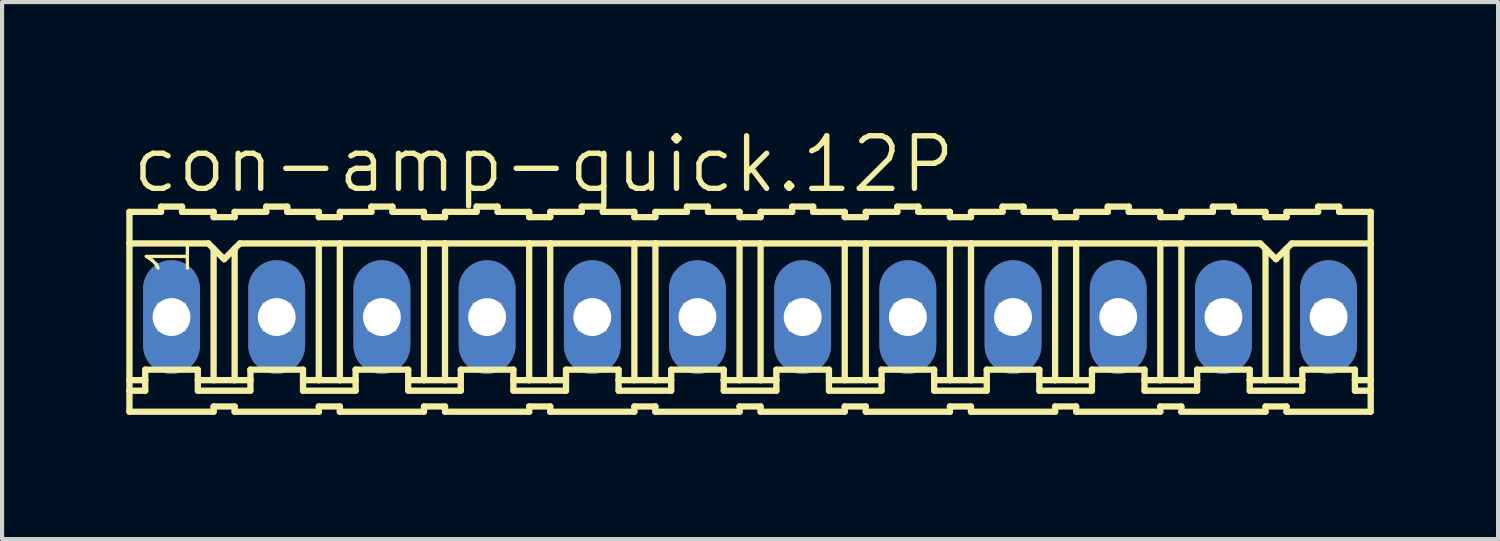
<source format=kicad_pcb>
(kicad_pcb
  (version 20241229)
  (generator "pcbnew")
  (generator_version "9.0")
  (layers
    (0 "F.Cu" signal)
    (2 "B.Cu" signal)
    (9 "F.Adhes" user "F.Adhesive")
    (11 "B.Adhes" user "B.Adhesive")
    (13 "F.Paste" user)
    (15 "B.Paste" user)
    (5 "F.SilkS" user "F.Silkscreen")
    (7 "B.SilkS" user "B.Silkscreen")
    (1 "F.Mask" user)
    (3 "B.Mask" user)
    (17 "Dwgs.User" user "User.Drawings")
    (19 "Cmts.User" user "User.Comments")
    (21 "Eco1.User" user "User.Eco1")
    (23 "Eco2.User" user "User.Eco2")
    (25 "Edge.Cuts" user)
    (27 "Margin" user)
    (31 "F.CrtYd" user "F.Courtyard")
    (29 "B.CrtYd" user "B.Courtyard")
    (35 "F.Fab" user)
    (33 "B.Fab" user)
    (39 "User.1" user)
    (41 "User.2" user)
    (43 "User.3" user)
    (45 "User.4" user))
  (footprint "con-amp-quick.12P"
    (layer "F.Cu")
    (at 15.062 4.606)
    (property "Reference" "con-amp-quick.12P" (at -14.986 -2.946 0) (layer "F.SilkS") (effects (font (size 1.27 1.27) (thickness 0.13)) (justify left bottom)))
    (attr through_hole)
    (fp_line (start -14.986 -2.54) (end -14.986 -1.778) (stroke (width 0.152) (type default)) (layer "F.SilkS"))
    (fp_line (start -14.986 -2.54) (end -14.224 -2.54) (stroke (width 0.152) (type default)) (layer "F.SilkS"))
    (fp_line (start -14.986 -1.778) (end -14.986 1.524) (stroke (width 0.152) (type default)) (layer "F.SilkS"))
    (fp_line (start -14.986 1.524) (end -14.986 1.778) (stroke (width 0.152) (type default)) (layer "F.SilkS"))
    (fp_line (start -14.986 1.778) (end -14.986 2.286) (stroke (width 0.152) (type default)) (layer "F.SilkS"))
    (fp_line (start -14.986 1.778) (end -14.605 1.778) (stroke (width 0.152) (type default)) (layer "F.SilkS"))
    (fp_line (start -14.605 1.27) (end -13.335 1.27) (stroke (width 0.152) (type default)) (layer "F.SilkS"))
    (fp_line (start -14.605 1.524) (end -14.986 1.524) (stroke (width 0.152) (type default)) (layer "F.SilkS"))
    (fp_line (start -14.605 1.524) (end -14.605 1.27) (stroke (width 0.152) (type default)) (layer "F.SilkS"))
    (fp_line (start -14.605 1.778) (end -14.605 1.524) (stroke (width 0.152) (type default)) (layer "F.SilkS"))
    (fp_line (start -14.224 -2.54) (end -14.224 -2.667) (stroke (width 0.152) (type default)) (layer "F.SilkS"))
    (fp_line (start -13.716 -2.667) (end -14.224 -2.667) (stroke (width 0.152) (type default)) (layer "F.SilkS"))
    (fp_line (start -13.716 -2.54) (end -13.716 -2.667) (stroke (width 0.152) (type default)) (layer "F.SilkS"))
    (fp_line (start -13.335 1.524) (end -13.335 1.27) (stroke (width 0.152) (type default)) (layer "F.SilkS"))
    (fp_line (start -13.335 1.524) (end -12.954 1.524) (stroke (width 0.152) (type default)) (layer "F.SilkS"))
    (fp_line (start -13.335 1.778) (end -13.335 1.524) (stroke (width 0.152) (type default)) (layer "F.SilkS"))
    (fp_line (start -13.081 -1.778) (end -14.986 -1.778) (stroke (width 0.152) (type default)) (layer "F.SilkS"))
    (fp_line (start -13.081 -1.778) (end -12.954 -1.651) (stroke (width 0.152) (type default)) (layer "F.SilkS"))
    (fp_line (start -12.954 -2.54) (end -13.716 -2.54) (stroke (width 0.152) (type default)) (layer "F.SilkS"))
    (fp_line (start -12.954 -2.413) (end -12.954 -2.54) (stroke (width 0.152) (type default)) (layer "F.SilkS"))
    (fp_line (start -12.954 -2.413) (end -12.446 -2.413) (stroke (width 0.152) (type default)) (layer "F.SilkS"))
    (fp_line (start -12.954 -1.651) (end -12.954 1.524) (stroke (width 0.152) (type default)) (layer "F.SilkS"))
    (fp_line (start -12.954 -1.651) (end -12.7 -1.397) (stroke (width 0.152) (type default)) (layer "F.SilkS"))
    (fp_line (start -12.954 1.524) (end -12.446 1.524) (stroke (width 0.152) (type default)) (layer "F.SilkS"))
    (fp_line (start -12.954 2.159) (end -12.954 2.286) (stroke (width 0.152) (type default)) (layer "F.SilkS"))
    (fp_line (start -12.954 2.286) (end -14.986 2.286) (stroke (width 0.152) (type default)) (layer "F.SilkS"))
    (fp_line (start -12.7 -1.397) (end -12.446 -1.651) (stroke (width 0.152) (type default)) (layer "F.SilkS"))
    (fp_line (start -12.446 -2.54) (end -11.684 -2.54) (stroke (width 0.152) (type default)) (layer "F.SilkS"))
    (fp_line (start -12.446 -2.413) (end -12.446 -2.54) (stroke (width 0.152) (type default)) (layer "F.SilkS"))
    (fp_line (start -12.446 -1.651) (end -12.446 1.524) (stroke (width 0.152) (type default)) (layer "F.SilkS"))
    (fp_line (start -12.446 -1.651) (end -12.319 -1.778) (stroke (width 0.152) (type default)) (layer "F.SilkS"))
    (fp_line (start -12.446 1.524) (end -12.065 1.524) (stroke (width 0.152) (type default)) (layer "F.SilkS"))
    (fp_line (start -12.446 2.159) (end -12.954 2.159) (stroke (width 0.152) (type default)) (layer "F.SilkS"))
    (fp_line (start -12.446 2.159) (end -12.446 2.286) (stroke (width 0.152) (type default)) (layer "F.SilkS"))
    (fp_line (start -12.446 2.286) (end -10.414 2.286) (stroke (width 0.152) (type default)) (layer "F.SilkS"))
    (fp_line (start -12.319 -1.778) (end -10.414 -1.778) (stroke (width 0.152) (type default)) (layer "F.SilkS"))
    (fp_line (start -12.065 1.27) (end -10.795 1.27) (stroke (width 0.152) (type default)) (layer "F.SilkS"))
    (fp_line (start -12.065 1.524) (end -12.065 1.27) (stroke (width 0.152) (type default)) (layer "F.SilkS"))
    (fp_line (start -12.065 1.778) (end -13.335 1.778) (stroke (width 0.152) (type default)) (layer "F.SilkS"))
    (fp_line (start -12.065 1.778) (end -12.065 1.524) (stroke (width 0.152) (type default)) (layer "F.SilkS"))
    (fp_line (start -11.684 -2.54) (end -11.684 -2.667) (stroke (width 0.152) (type default)) (layer "F.SilkS"))
    (fp_line (start -11.176 -2.667) (end -11.684 -2.667) (stroke (width 0.152) (type default)) (layer "F.SilkS"))
    (fp_line (start -11.176 -2.54) (end -11.176 -2.667) (stroke (width 0.152) (type default)) (layer "F.SilkS"))
    (fp_line (start -11.176 -2.54) (end -10.414 -2.54) (stroke (width 0.152) (type default)) (layer "F.SilkS"))
    (fp_line (start -10.795 1.524) (end -10.795 1.27) (stroke (width 0.152) (type default)) (layer "F.SilkS"))
    (fp_line (start -10.795 1.524) (end -10.414 1.524) (stroke (width 0.152) (type default)) (layer "F.SilkS"))
    (fp_line (start -10.795 1.778) (end -10.795 1.524) (stroke (width 0.152) (type default)) (layer "F.SilkS"))
    (fp_line (start -10.795 1.778) (end -9.525 1.778) (stroke (width 0.152) (type default)) (layer "F.SilkS"))
    (fp_line (start -10.414 -2.413) (end -10.414 -2.54) (stroke (width 0.152) (type default)) (layer "F.SilkS"))
    (fp_line (start -10.414 -1.778) (end -10.414 1.524) (stroke (width 0.152) (type default)) (layer "F.SilkS"))
    (fp_line (start -10.414 -1.778) (end -9.906 -1.778) (stroke (width 0.152) (type default)) (layer "F.SilkS"))
    (fp_line (start -10.414 1.524) (end -9.906 1.524) (stroke (width 0.152) (type default)) (layer "F.SilkS"))
    (fp_line (start -10.414 2.159) (end -10.414 2.286) (stroke (width 0.152) (type default)) (layer "F.SilkS"))
    (fp_line (start -9.906 -2.54) (end -9.144 -2.54) (stroke (width 0.152) (type default)) (layer "F.SilkS"))
    (fp_line (start -9.906 -2.413) (end -10.414 -2.413) (stroke (width 0.152) (type default)) (layer "F.SilkS"))
    (fp_line (start -9.906 -2.413) (end -9.906 -2.54) (stroke (width 0.152) (type default)) (layer "F.SilkS"))
    (fp_line (start -9.906 -1.778) (end -9.906 1.524) (stroke (width 0.152) (type default)) (layer "F.SilkS"))
    (fp_line (start -9.906 -1.778) (end -7.874 -1.778) (stroke (width 0.152) (type default)) (layer "F.SilkS"))
    (fp_line (start -9.906 1.524) (end -9.525 1.524) (stroke (width 0.152) (type default)) (layer "F.SilkS"))
    (fp_line (start -9.906 2.159) (end -10.414 2.159) (stroke (width 0.152) (type default)) (layer "F.SilkS"))
    (fp_line (start -9.906 2.159) (end -9.906 2.286) (stroke (width 0.152) (type default)) (layer "F.SilkS"))
    (fp_line (start -9.525 1.27) (end -8.255 1.27) (stroke (width 0.152) (type default)) (layer "F.SilkS"))
    (fp_line (start -9.525 1.524) (end -9.525 1.27) (stroke (width 0.152) (type default)) (layer "F.SilkS"))
    (fp_line (start -9.525 1.778) (end -9.525 1.524) (stroke (width 0.152) (type default)) (layer "F.SilkS"))
    (fp_line (start -9.144 -2.54) (end -9.144 -2.667) (stroke (width 0.152) (type default)) (layer "F.SilkS"))
    (fp_line (start -8.636 -2.667) (end -9.144 -2.667) (stroke (width 0.152) (type default)) (layer "F.SilkS"))
    (fp_line (start -8.636 -2.54) (end -8.636 -2.667) (stroke (width 0.152) (type default)) (layer "F.SilkS"))
    (fp_line (start -8.636 -2.54) (end -7.874 -2.54) (stroke (width 0.152) (type default)) (layer "F.SilkS"))
    (fp_line (start -8.255 1.524) (end -8.255 1.27) (stroke (width 0.152) (type default)) (layer "F.SilkS"))
    (fp_line (start -8.255 1.524) (end -7.874 1.524) (stroke (width 0.152) (type default)) (layer "F.SilkS"))
    (fp_line (start -8.255 1.778) (end -8.255 1.524) (stroke (width 0.152) (type default)) (layer "F.SilkS"))
    (fp_line (start -7.874 -2.54) (end -7.874 -2.413) (stroke (width 0.152) (type default)) (layer "F.SilkS"))
    (fp_line (start -7.874 -1.778) (end -7.874 1.524) (stroke (width 0.152) (type default)) (layer "F.SilkS"))
    (fp_line (start -7.874 2.159) (end -7.874 2.286) (stroke (width 0.152) (type default)) (layer "F.SilkS"))
    (fp_line (start -7.874 2.286) (end -9.906 2.286) (stroke (width 0.152) (type default)) (layer "F.SilkS"))
    (fp_line (start -7.366 -2.54) (end -7.366 -2.413) (stroke (width 0.152) (type default)) (layer "F.SilkS"))
    (fp_line (start -7.366 -2.54) (end -6.604 -2.54) (stroke (width 0.152) (type default)) (layer "F.SilkS"))
    (fp_line (start -7.366 -2.413) (end -7.874 -2.413) (stroke (width 0.152) (type default)) (layer "F.SilkS"))
    (fp_line (start -7.366 -1.778) (end -7.874 -1.778) (stroke (width 0.152) (type default)) (layer "F.SilkS"))
    (fp_line (start -7.366 -1.778) (end -7.366 1.524) (stroke (width 0.152) (type default)) (layer "F.SilkS"))
    (fp_line (start -7.366 -1.778) (end -5.334 -1.778) (stroke (width 0.152) (type default)) (layer "F.SilkS"))
    (fp_line (start -7.366 1.524) (end -7.874 1.524) (stroke (width 0.152) (type default)) (layer "F.SilkS"))
    (fp_line (start -7.366 2.159) (end -7.874 2.159) (stroke (width 0.152) (type default)) (layer "F.SilkS"))
    (fp_line (start -7.366 2.159) (end -7.366 2.286) (stroke (width 0.152) (type default)) (layer "F.SilkS"))
    (fp_line (start -6.985 1.27) (end -5.715 1.27) (stroke (width 0.152) (type default)) (layer "F.SilkS"))
    (fp_line (start -6.985 1.524) (end -7.366 1.524) (stroke (width 0.152) (type default)) (layer "F.SilkS"))
    (fp_line (start -6.985 1.524) (end -6.985 1.27) (stroke (width 0.152) (type default)) (layer "F.SilkS"))
    (fp_line (start -6.985 1.778) (end -8.255 1.778) (stroke (width 0.152) (type default)) (layer "F.SilkS"))
    (fp_line (start -6.985 1.778) (end -6.985 1.524) (stroke (width 0.152) (type default)) (layer "F.SilkS"))
    (fp_line (start -6.604 -2.54) (end -6.604 -2.667) (stroke (width 0.152) (type default)) (layer "F.SilkS"))
    (fp_line (start -6.096 -2.667) (end -6.604 -2.667) (stroke (width 0.152) (type default)) (layer "F.SilkS"))
    (fp_line (start -6.096 -2.54) (end -6.096 -2.667) (stroke (width 0.152) (type default)) (layer "F.SilkS"))
    (fp_line (start -5.715 1.524) (end -5.715 1.27) (stroke (width 0.152) (type default)) (layer "F.SilkS"))
    (fp_line (start -5.715 1.524) (end -5.334 1.524) (stroke (width 0.152) (type default)) (layer "F.SilkS"))
    (fp_line (start -5.715 1.778) (end -5.715 1.524) (stroke (width 0.152) (type default)) (layer "F.SilkS"))
    (fp_line (start -5.334 -2.54) (end -6.096 -2.54) (stroke (width 0.152) (type default)) (layer "F.SilkS"))
    (fp_line (start -5.334 -2.413) (end -5.334 -2.54) (stroke (width 0.152) (type default)) (layer "F.SilkS"))
    (fp_line (start -5.334 -2.413) (end -4.826 -2.413) (stroke (width 0.152) (type default)) (layer "F.SilkS"))
    (fp_line (start -5.334 -1.778) (end -5.334 1.524) (stroke (width 0.152) (type default)) (layer "F.SilkS"))
    (fp_line (start -5.334 -1.778) (end -4.826 -1.778) (stroke (width 0.152) (type default)) (layer "F.SilkS"))
    (fp_line (start -5.334 1.524) (end -4.826 1.524) (stroke (width 0.152) (type default)) (layer "F.SilkS"))
    (fp_line (start -5.334 2.159) (end -5.334 2.286) (stroke (width 0.152) (type default)) (layer "F.SilkS"))
    (fp_line (start -5.334 2.286) (end -7.366 2.286) (stroke (width 0.152) (type default)) (layer "F.SilkS"))
    (fp_line (start -4.826 -2.54) (end -4.064 -2.54) (stroke (width 0.152) (type default)) (layer "F.SilkS"))
    (fp_line (start -4.826 -2.413) (end -4.826 -2.54) (stroke (width 0.152) (type default)) (layer "F.SilkS"))
    (fp_line (start -4.826 -1.778) (end -4.826 1.524) (stroke (width 0.152) (type default)) (layer "F.SilkS"))
    (fp_line (start -4.826 -1.778) (end -2.794 -1.778) (stroke (width 0.152) (type default)) (layer "F.SilkS"))
    (fp_line (start -4.826 1.524) (end -4.445 1.524) (stroke (width 0.152) (type default)) (layer "F.SilkS"))
    (fp_line (start -4.826 2.159) (end -5.334 2.159) (stroke (width 0.152) (type default)) (layer "F.SilkS"))
    (fp_line (start -4.826 2.159) (end -4.826 2.286) (stroke (width 0.152) (type default)) (layer "F.SilkS"))
    (fp_line (start -4.445 1.27) (end -3.175 1.27) (stroke (width 0.152) (type default)) (layer "F.SilkS"))
    (fp_line (start -4.445 1.524) (end -4.445 1.27) (stroke (width 0.152) (type default)) (layer "F.SilkS"))
    (fp_line (start -4.445 1.778) (end -5.715 1.778) (stroke (width 0.152) (type default)) (layer "F.SilkS"))
    (fp_line (start -4.445 1.778) (end -4.445 1.524) (stroke (width 0.152) (type default)) (layer "F.SilkS"))
    (fp_line (start -4.064 -2.54) (end -4.064 -2.667) (stroke (width 0.152) (type default)) (layer "F.SilkS"))
    (fp_line (start -3.556 -2.667) (end -4.064 -2.667) (stroke (width 0.152) (type default)) (layer "F.SilkS"))
    (fp_line (start -3.556 -2.54) (end -3.556 -2.667) (stroke (width 0.152) (type default)) (layer "F.SilkS"))
    (fp_line (start -3.175 1.524) (end -3.175 1.27) (stroke (width 0.152) (type default)) (layer "F.SilkS"))
    (fp_line (start -3.175 1.524) (end -2.794 1.524) (stroke (width 0.152) (type default)) (layer "F.SilkS"))
    (fp_line (start -3.175 1.778) (end -3.175 1.524) (stroke (width 0.152) (type default)) (layer "F.SilkS"))
    (fp_line (start -2.794 -2.54) (end -3.556 -2.54) (stroke (width 0.152) (type default)) (layer "F.SilkS"))
    (fp_line (start -2.794 -2.413) (end -2.794 -2.54) (stroke (width 0.152) (type default)) (layer "F.SilkS"))
    (fp_line (start -2.794 -2.413) (end -2.286 -2.413) (stroke (width 0.152) (type default)) (layer "F.SilkS"))
    (fp_line (start -2.794 -1.778) (end -2.794 1.524) (stroke (width 0.152) (type default)) (layer "F.SilkS"))
    (fp_line (start -2.794 -1.778) (end -2.286 -1.778) (stroke (width 0.152) (type default)) (layer "F.SilkS"))
    (fp_line (start -2.794 1.524) (end -2.286 1.524) (stroke (width 0.152) (type default)) (layer "F.SilkS"))
    (fp_line (start -2.794 2.159) (end -2.794 2.286) (stroke (width 0.152) (type default)) (layer "F.SilkS"))
    (fp_line (start -2.794 2.286) (end -4.826 2.286) (stroke (width 0.152) (type default)) (layer "F.SilkS"))
    (fp_line (start -2.286 -2.54) (end -1.524 -2.54) (stroke (width 0.152) (type default)) (layer "F.SilkS"))
    (fp_line (start -2.286 -2.413) (end -2.286 -2.54) (stroke (width 0.152) (type default)) (layer "F.SilkS"))
    (fp_line (start -2.286 -1.778) (end -2.286 1.524) (stroke (width 0.152) (type default)) (layer "F.SilkS"))
    (fp_line (start -2.286 -1.778) (end -0.254 -1.778) (stroke (width 0.152) (type default)) (layer "F.SilkS"))
    (fp_line (start -2.286 1.524) (end -1.905 1.524) (stroke (width 0.152) (type default)) (layer "F.SilkS"))
    (fp_line (start -2.286 2.159) (end -2.794 2.159) (stroke (width 0.152) (type default)) (layer "F.SilkS"))
    (fp_line (start -2.286 2.159) (end -2.286 2.286) (stroke (width 0.152) (type default)) (layer "F.SilkS"))
    (fp_line (start -1.905 1.27) (end -0.635 1.27) (stroke (width 0.152) (type default)) (layer "F.SilkS"))
    (fp_line (start -1.905 1.524) (end -1.905 1.27) (stroke (width 0.152) (type default)) (layer "F.SilkS"))
    (fp_line (start -1.905 1.778) (end -3.175 1.778) (stroke (width 0.152) (type default)) (layer "F.SilkS"))
    (fp_line (start -1.905 1.778) (end -1.905 1.524) (stroke (width 0.152) (type default)) (layer "F.SilkS"))
    (fp_line (start -1.524 -2.54) (end -1.524 -2.667) (stroke (width 0.152) (type default)) (layer "F.SilkS"))
    (fp_line (start -1.016 -2.667) (end -1.524 -2.667) (stroke (width 0.152) (type default)) (layer "F.SilkS"))
    (fp_line (start -1.016 -2.54) (end -1.016 -2.667) (stroke (width 0.152) (type default)) (layer "F.SilkS"))
    (fp_line (start -0.635 1.524) (end -0.635 1.27) (stroke (width 0.152) (type default)) (layer "F.SilkS"))
    (fp_line (start -0.635 1.524) (end -0.254 1.524) (stroke (width 0.152) (type default)) (layer "F.SilkS"))
    (fp_line (start -0.635 1.778) (end -0.635 1.524) (stroke (width 0.152) (type default)) (layer "F.SilkS"))
    (fp_line (start -0.254 -2.54) (end -1.016 -2.54) (stroke (width 0.152) (type default)) (layer "F.SilkS"))
    (fp_line (start -0.254 -2.413) (end -0.254 -2.54) (stroke (width 0.152) (type default)) (layer "F.SilkS"))
    (fp_line (start -0.254 -2.413) (end 0.254 -2.413) (stroke (width 0.152) (type default)) (layer "F.SilkS"))
    (fp_line (start -0.254 -1.778) (end -0.254 1.524) (stroke (width 0.152) (type default)) (layer "F.SilkS"))
    (fp_line (start -0.254 -1.778) (end 0.254 -1.778) (stroke (width 0.152) (type default)) (layer "F.SilkS"))
    (fp_line (start -0.254 1.524) (end 0.254 1.524) (stroke (width 0.152) (type default)) (layer "F.SilkS"))
    (fp_line (start -0.254 2.159) (end -0.254 2.286) (stroke (width 0.152) (type default)) (layer "F.SilkS"))
    (fp_line (start -0.254 2.286) (end -2.286 2.286) (stroke (width 0.152) (type default)) (layer "F.SilkS"))
    (fp_line (start 0.254 -2.54) (end 1.016 -2.54) (stroke (width 0.152) (type default)) (layer "F.SilkS"))
    (fp_line (start 0.254 -2.413) (end 0.254 -2.54) (stroke (width 0.152) (type default)) (layer "F.SilkS"))
    (fp_line (start 0.254 -1.778) (end 0.254 1.524) (stroke (width 0.152) (type default)) (layer "F.SilkS"))
    (fp_line (start 0.254 -1.778) (end 2.286 -1.778) (stroke (width 0.152) (type default)) (layer "F.SilkS"))
    (fp_line (start 0.254 1.524) (end 0.635 1.524) (stroke (width 0.152) (type default)) (layer "F.SilkS"))
    (fp_line (start 0.254 2.159) (end -0.254 2.159) (stroke (width 0.152) (type default)) (layer "F.SilkS"))
    (fp_line (start 0.254 2.159) (end 0.254 2.286) (stroke (width 0.152) (type default)) (layer "F.SilkS"))
    (fp_line (start 0.635 1.27) (end 1.905 1.27) (stroke (width 0.152) (type default)) (layer "F.SilkS"))
    (fp_line (start 0.635 1.524) (end 0.635 1.27) (stroke (width 0.152) (type default)) (layer "F.SilkS"))
    (fp_line (start 0.635 1.778) (end -0.635 1.778) (stroke (width 0.152) (type default)) (layer "F.SilkS"))
    (fp_line (start 0.635 1.778) (end 0.635 1.524) (stroke (width 0.152) (type default)) (layer "F.SilkS"))
    (fp_line (start 1.016 -2.54) (end 1.016 -2.667) (stroke (width 0.152) (type default)) (layer "F.SilkS"))
    (fp_line (start 1.524 -2.667) (end 1.016 -2.667) (stroke (width 0.152) (type default)) (layer "F.SilkS"))
    (fp_line (start 1.524 -2.54) (end 1.524 -2.667) (stroke (width 0.152) (type default)) (layer "F.SilkS"))
    (fp_line (start 1.905 1.524) (end 1.905 1.27) (stroke (width 0.152) (type default)) (layer "F.SilkS"))
    (fp_line (start 1.905 1.524) (end 2.286 1.524) (stroke (width 0.152) (type default)) (layer "F.SilkS"))
    (fp_line (start 1.905 1.778) (end 1.905 1.524) (stroke (width 0.152) (type default)) (layer "F.SilkS"))
    (fp_line (start 2.286 -2.54) (end 1.524 -2.54) (stroke (width 0.152) (type default)) (layer "F.SilkS"))
    (fp_line (start 2.286 -2.413) (end 2.286 -2.54) (stroke (width 0.152) (type default)) (layer "F.SilkS"))
    (fp_line (start 2.286 -2.413) (end 2.794 -2.413) (stroke (width 0.152) (type default)) (layer "F.SilkS"))
    (fp_line (start 2.286 -1.778) (end 2.286 1.524) (stroke (width 0.152) (type default)) (layer "F.SilkS"))
    (fp_line (start 2.286 -1.778) (end 2.794 -1.778) (stroke (width 0.152) (type default)) (layer "F.SilkS"))
    (fp_line (start 2.286 1.524) (end 2.794 1.524) (stroke (width 0.152) (type default)) (layer "F.SilkS"))
    (fp_line (start 2.286 2.159) (end 2.286 2.286) (stroke (width 0.152) (type default)) (layer "F.SilkS"))
    (fp_line (start 2.286 2.286) (end 0.254 2.286) (stroke (width 0.152) (type default)) (layer "F.SilkS"))
    (fp_line (start 2.794 -2.54) (end 3.556 -2.54) (stroke (width 0.152) (type default)) (layer "F.SilkS"))
    (fp_line (start 2.794 -2.413) (end 2.794 -2.54) (stroke (width 0.152) (type default)) (layer "F.SilkS"))
    (fp_line (start 2.794 -1.778) (end 2.794 1.524) (stroke (width 0.152) (type default)) (layer "F.SilkS"))
    (fp_line (start 2.794 -1.778) (end 4.826 -1.778) (stroke (width 0.152) (type default)) (layer "F.SilkS"))
    (fp_line (start 2.794 1.524) (end 3.175 1.524) (stroke (width 0.152) (type default)) (layer "F.SilkS"))
    (fp_line (start 2.794 2.159) (end 2.286 2.159) (stroke (width 0.152) (type default)) (layer "F.SilkS"))
    (fp_line (start 2.794 2.159) (end 2.794 2.286) (stroke (width 0.152) (type default)) (layer "F.SilkS"))
    (fp_line (start 3.175 1.27) (end 4.445 1.27) (stroke (width 0.152) (type default)) (layer "F.SilkS"))
    (fp_line (start 3.175 1.524) (end 3.175 1.27) (stroke (width 0.152) (type default)) (layer "F.SilkS"))
    (fp_line (start 3.175 1.778) (end 1.905 1.778) (stroke (width 0.152) (type default)) (layer "F.SilkS"))
    (fp_line (start 3.175 1.778) (end 3.175 1.524) (stroke (width 0.152) (type default)) (layer "F.SilkS"))
    (fp_line (start 3.556 -2.54) (end 3.556 -2.667) (stroke (width 0.152) (type default)) (layer "F.SilkS"))
    (fp_line (start 4.064 -2.667) (end 3.556 -2.667) (stroke (width 0.152) (type default)) (layer "F.SilkS"))
    (fp_line (start 4.064 -2.54) (end 4.064 -2.667) (stroke (width 0.152) (type default)) (layer "F.SilkS"))
    (fp_line (start 4.445 1.524) (end 4.445 1.27) (stroke (width 0.152) (type default)) (layer "F.SilkS"))
    (fp_line (start 4.445 1.524) (end 4.826 1.524) (stroke (width 0.152) (type default)) (layer "F.SilkS"))
    (fp_line (start 4.445 1.778) (end 4.445 1.524) (stroke (width 0.152) (type default)) (layer "F.SilkS"))
    (fp_line (start 4.826 -2.54) (end 4.064 -2.54) (stroke (width 0.152) (type default)) (layer "F.SilkS"))
    (fp_line (start 4.826 -2.413) (end 4.826 -2.54) (stroke (width 0.152) (type default)) (layer "F.SilkS"))
    (fp_line (start 4.826 -2.413) (end 5.334 -2.413) (stroke (width 0.152) (type default)) (layer "F.SilkS"))
    (fp_line (start 4.826 -1.778) (end 4.826 1.524) (stroke (width 0.152) (type default)) (layer "F.SilkS"))
    (fp_line (start 4.826 -1.778) (end 5.334 -1.778) (stroke (width 0.152) (type default)) (layer "F.SilkS"))
    (fp_line (start 4.826 1.524) (end 5.334 1.524) (stroke (width 0.152) (type default)) (layer "F.SilkS"))
    (fp_line (start 4.826 2.159) (end 4.826 2.286) (stroke (width 0.152) (type default)) (layer "F.SilkS"))
    (fp_line (start 4.826 2.286) (end 2.794 2.286) (stroke (width 0.152) (type default)) (layer "F.SilkS"))
    (fp_line (start 5.334 -2.54) (end 6.096 -2.54) (stroke (width 0.152) (type default)) (layer "F.SilkS"))
    (fp_line (start 5.334 -2.413) (end 5.334 -2.54) (stroke (width 0.152) (type default)) (layer "F.SilkS"))
    (fp_line (start 5.334 -1.778) (end 5.334 1.524) (stroke (width 0.152) (type default)) (layer "F.SilkS"))
    (fp_line (start 5.334 -1.778) (end 7.366 -1.778) (stroke (width 0.152) (type default)) (layer "F.SilkS"))
    (fp_line (start 5.334 1.524) (end 5.715 1.524) (stroke (width 0.152) (type default)) (layer "F.SilkS"))
    (fp_line (start 5.334 2.159) (end 4.826 2.159) (stroke (width 0.152) (type default)) (layer "F.SilkS"))
    (fp_line (start 5.334 2.159) (end 5.334 2.286) (stroke (width 0.152) (type default)) (layer "F.SilkS"))
    (fp_line (start 5.715 1.27) (end 6.985 1.27) (stroke (width 0.152) (type default)) (layer "F.SilkS"))
    (fp_line (start 5.715 1.524) (end 5.715 1.27) (stroke (width 0.152) (type default)) (layer "F.SilkS"))
    (fp_line (start 5.715 1.778) (end 4.445 1.778) (stroke (width 0.152) (type default)) (layer "F.SilkS"))
    (fp_line (start 5.715 1.778) (end 5.715 1.524) (stroke (width 0.152) (type default)) (layer "F.SilkS"))
    (fp_line (start 6.096 -2.54) (end 6.096 -2.667) (stroke (width 0.152) (type default)) (layer "F.SilkS"))
    (fp_line (start 6.604 -2.667) (end 6.096 -2.667) (stroke (width 0.152) (type default)) (layer "F.SilkS"))
    (fp_line (start 6.604 -2.54) (end 6.604 -2.667) (stroke (width 0.152) (type default)) (layer "F.SilkS"))
    (fp_line (start 6.985 1.524) (end 6.985 1.27) (stroke (width 0.152) (type default)) (layer "F.SilkS"))
    (fp_line (start 6.985 1.524) (end 7.366 1.524) (stroke (width 0.152) (type default)) (layer "F.SilkS"))
    (fp_line (start 6.985 1.778) (end 6.985 1.524) (stroke (width 0.152) (type default)) (layer "F.SilkS"))
    (fp_line (start 7.366 -2.54) (end 6.604 -2.54) (stroke (width 0.152) (type default)) (layer "F.SilkS"))
    (fp_line (start 7.366 -2.413) (end 7.366 -2.54) (stroke (width 0.152) (type default)) (layer "F.SilkS"))
    (fp_line (start 7.366 -2.413) (end 7.874 -2.413) (stroke (width 0.152) (type default)) (layer "F.SilkS"))
    (fp_line (start 7.366 -1.778) (end 7.366 1.524) (stroke (width 0.152) (type default)) (layer "F.SilkS"))
    (fp_line (start 7.366 -1.778) (end 7.874 -1.778) (stroke (width 0.152) (type default)) (layer "F.SilkS"))
    (fp_line (start 7.366 1.524) (end 7.874 1.524) (stroke (width 0.152) (type default)) (layer "F.SilkS"))
    (fp_line (start 7.366 2.159) (end 7.366 2.286) (stroke (width 0.152) (type default)) (layer "F.SilkS"))
    (fp_line (start 7.366 2.286) (end 5.334 2.286) (stroke (width 0.152) (type default)) (layer "F.SilkS"))
    (fp_line (start 7.874 -2.54) (end 8.636 -2.54) (stroke (width 0.152) (type default)) (layer "F.SilkS"))
    (fp_line (start 7.874 -2.413) (end 7.874 -2.54) (stroke (width 0.152) (type default)) (layer "F.SilkS"))
    (fp_line (start 7.874 -1.778) (end 7.874 1.524) (stroke (width 0.152) (type default)) (layer "F.SilkS"))
    (fp_line (start 7.874 -1.778) (end 9.906 -1.778) (stroke (width 0.152) (type default)) (layer "F.SilkS"))
    (fp_line (start 7.874 1.524) (end 8.255 1.524) (stroke (width 0.152) (type default)) (layer "F.SilkS"))
    (fp_line (start 7.874 2.159) (end 7.366 2.159) (stroke (width 0.152) (type default)) (layer "F.SilkS"))
    (fp_line (start 7.874 2.159) (end 7.874 2.286) (stroke (width 0.152) (type default)) (layer "F.SilkS"))
    (fp_line (start 8.255 1.27) (end 9.525 1.27) (stroke (width 0.152) (type default)) (layer "F.SilkS"))
    (fp_line (start 8.255 1.524) (end 8.255 1.27) (stroke (width 0.152) (type default)) (layer "F.SilkS"))
    (fp_line (start 8.255 1.778) (end 6.985 1.778) (stroke (width 0.152) (type default)) (layer "F.SilkS"))
    (fp_line (start 8.255 1.778) (end 8.255 1.524) (stroke (width 0.152) (type default)) (layer "F.SilkS"))
    (fp_line (start 8.636 -2.54) (end 8.636 -2.667) (stroke (width 0.152) (type default)) (layer "F.SilkS"))
    (fp_line (start 9.144 -2.667) (end 8.636 -2.667) (stroke (width 0.152) (type default)) (layer "F.SilkS"))
    (fp_line (start 9.144 -2.54) (end 9.144 -2.667) (stroke (width 0.152) (type default)) (layer "F.SilkS"))
    (fp_line (start 9.525 1.524) (end 9.525 1.27) (stroke (width 0.152) (type default)) (layer "F.SilkS"))
    (fp_line (start 9.525 1.524) (end 9.906 1.524) (stroke (width 0.152) (type default)) (layer "F.SilkS"))
    (fp_line (start 9.525 1.778) (end 9.525 1.524) (stroke (width 0.152) (type default)) (layer "F.SilkS"))
    (fp_line (start 9.906 -2.54) (end 9.144 -2.54) (stroke (width 0.152) (type default)) (layer "F.SilkS"))
    (fp_line (start 9.906 -2.413) (end 9.906 -2.54) (stroke (width 0.152) (type default)) (layer "F.SilkS"))
    (fp_line (start 9.906 -2.413) (end 10.414 -2.413) (stroke (width 0.152) (type default)) (layer "F.SilkS"))
    (fp_line (start 9.906 -1.778) (end 9.906 1.524) (stroke (width 0.152) (type default)) (layer "F.SilkS"))
    (fp_line (start 9.906 -1.778) (end 10.414 -1.778) (stroke (width 0.152) (type default)) (layer "F.SilkS"))
    (fp_line (start 9.906 1.524) (end 10.414 1.524) (stroke (width 0.152) (type default)) (layer "F.SilkS"))
    (fp_line (start 9.906 2.159) (end 9.906 2.286) (stroke (width 0.152) (type default)) (layer "F.SilkS"))
    (fp_line (start 9.906 2.286) (end 7.874 2.286) (stroke (width 0.152) (type default)) (layer "F.SilkS"))
    (fp_line (start 10.414 -2.54) (end 11.176 -2.54) (stroke (width 0.152) (type default)) (layer "F.SilkS"))
    (fp_line (start 10.414 -2.413) (end 10.414 -2.54) (stroke (width 0.152) (type default)) (layer "F.SilkS"))
    (fp_line (start 10.414 -1.778) (end 10.414 1.524) (stroke (width 0.152) (type default)) (layer "F.SilkS"))
    (fp_line (start 10.414 -1.778) (end 12.319 -1.778) (stroke (width 0.152) (type default)) (layer "F.SilkS"))
    (fp_line (start 10.414 1.524) (end 10.795 1.524) (stroke (width 0.152) (type default)) (layer "F.SilkS"))
    (fp_line (start 10.414 2.159) (end 9.906 2.159) (stroke (width 0.152) (type default)) (layer "F.SilkS"))
    (fp_line (start 10.414 2.159) (end 10.414 2.286) (stroke (width 0.152) (type default)) (layer "F.SilkS"))
    (fp_line (start 10.795 1.27) (end 12.065 1.27) (stroke (width 0.152) (type default)) (layer "F.SilkS"))
    (fp_line (start 10.795 1.524) (end 10.795 1.27) (stroke (width 0.152) (type default)) (layer "F.SilkS"))
    (fp_line (start 10.795 1.778) (end 9.525 1.778) (stroke (width 0.152) (type default)) (layer "F.SilkS"))
    (fp_line (start 10.795 1.778) (end 10.795 1.524) (stroke (width 0.152) (type default)) (layer "F.SilkS"))
    (fp_line (start 11.176 -2.54) (end 11.176 -2.667) (stroke (width 0.152) (type default)) (layer "F.SilkS"))
    (fp_line (start 11.684 -2.667) (end 11.176 -2.667) (stroke (width 0.152) (type default)) (layer "F.SilkS"))
    (fp_line (start 11.684 -2.54) (end 11.684 -2.667) (stroke (width 0.152) (type default)) (layer "F.SilkS"))
    (fp_line (start 11.684 -2.54) (end 12.446 -2.54) (stroke (width 0.152) (type default)) (layer "F.SilkS"))
    (fp_line (start 12.065 1.524) (end 12.065 1.27) (stroke (width 0.152) (type default)) (layer "F.SilkS"))
    (fp_line (start 12.065 1.524) (end 12.446 1.524) (stroke (width 0.152) (type default)) (layer "F.SilkS"))
    (fp_line (start 12.065 1.778) (end 12.065 1.524) (stroke (width 0.152) (type default)) (layer "F.SilkS"))
    (fp_line (start 12.065 1.778) (end 13.335 1.778) (stroke (width 0.152) (type default)) (layer "F.SilkS"))
    (fp_line (start 12.319 -1.778) (end 12.446 -1.651) (stroke (width 0.152) (type default)) (layer "F.SilkS"))
    (fp_line (start 12.446 -2.413) (end 12.446 -2.54) (stroke (width 0.152) (type default)) (layer "F.SilkS"))
    (fp_line (start 12.446 -1.651) (end 12.446 1.524) (stroke (width 0.152) (type default)) (layer "F.SilkS"))
    (fp_line (start 12.446 -1.651) (end 12.7 -1.397) (stroke (width 0.152) (type default)) (layer "F.SilkS"))
    (fp_line (start 12.446 1.524) (end 12.954 1.524) (stroke (width 0.152) (type default)) (layer "F.SilkS"))
    (fp_line (start 12.446 2.159) (end 12.446 2.286) (stroke (width 0.152) (type default)) (layer "F.SilkS"))
    (fp_line (start 12.446 2.286) (end 10.414 2.286) (stroke (width 0.152) (type default)) (layer "F.SilkS"))
    (fp_line (start 12.7 -1.397) (end 12.954 -1.651) (stroke (width 0.152) (type default)) (layer "F.SilkS"))
    (fp_line (start 12.954 -2.54) (end 13.716 -2.54) (stroke (width 0.152) (type default)) (layer "F.SilkS"))
    (fp_line (start 12.954 -2.413) (end 12.446 -2.413) (stroke (width 0.152) (type default)) (layer "F.SilkS"))
    (fp_line (start 12.954 -2.413) (end 12.954 -2.54) (stroke (width 0.152) (type default)) (layer "F.SilkS"))
    (fp_line (start 12.954 -1.651) (end 12.954 1.524) (stroke (width 0.152) (type default)) (layer "F.SilkS"))
    (fp_line (start 12.954 -1.651) (end 13.081 -1.778) (stroke (width 0.152) (type default)) (layer "F.SilkS"))
    (fp_line (start 12.954 1.524) (end 13.335 1.524) (stroke (width 0.152) (type default)) (layer "F.SilkS"))
    (fp_line (start 12.954 2.159) (end 12.446 2.159) (stroke (width 0.152) (type default)) (layer "F.SilkS"))
    (fp_line (start 12.954 2.159) (end 12.954 2.286) (stroke (width 0.152) (type default)) (layer "F.SilkS"))
    (fp_line (start 13.081 -1.778) (end 14.986 -1.778) (stroke (width 0.152) (type default)) (layer "F.SilkS"))
    (fp_line (start 13.335 1.27) (end 14.605 1.27) (stroke (width 0.152) (type default)) (layer "F.SilkS"))
    (fp_line (start 13.335 1.524) (end 13.335 1.27) (stroke (width 0.152) (type default)) (layer "F.SilkS"))
    (fp_line (start 13.335 1.778) (end 13.335 1.524) (stroke (width 0.152) (type default)) (layer "F.SilkS"))
    (fp_line (start 13.716 -2.54) (end 13.716 -2.667) (stroke (width 0.152) (type default)) (layer "F.SilkS"))
    (fp_line (start 14.224 -2.667) (end 13.716 -2.667) (stroke (width 0.152) (type default)) (layer "F.SilkS"))
    (fp_line (start 14.224 -2.54) (end 14.224 -2.667) (stroke (width 0.152) (type default)) (layer "F.SilkS"))
    (fp_line (start 14.224 -2.54) (end 14.986 -2.54) (stroke (width 0.152) (type default)) (layer "F.SilkS"))
    (fp_line (start 14.605 1.524) (end 14.605 1.27) (stroke (width 0.152) (type default)) (layer "F.SilkS"))
    (fp_line (start 14.605 1.524) (end 14.986 1.524) (stroke (width 0.152) (type default)) (layer "F.SilkS"))
    (fp_line (start 14.605 1.778) (end 14.605 1.524) (stroke (width 0.152) (type default)) (layer "F.SilkS"))
    (fp_line (start 14.986 -1.778) (end 14.986 -2.54) (stroke (width 0.152) (type default)) (layer "F.SilkS"))
    (fp_line (start 14.986 -1.778) (end 14.986 1.524) (stroke (width 0.152) (type default)) (layer "F.SilkS"))
    (fp_line (start 14.986 1.524) (end 14.986 1.778) (stroke (width 0.152) (type default)) (layer "F.SilkS"))
    (fp_line (start 14.986 1.778) (end 14.605 1.778) (stroke (width 0.152) (type default)) (layer "F.SilkS"))
    (fp_line (start 14.986 1.778) (end 14.986 2.286) (stroke (width 0.152) (type default)) (layer "F.SilkS"))
    (fp_line (start 14.986 2.286) (end 12.954 2.286) (stroke (width 0.152) (type default)) (layer "F.SilkS"))
    (fp_rect (start -14.3 0.33) (end -13.64 -0.33) (stroke (width 0.05) (type default)) (fill no) (layer "F.Fab"))
    (fp_rect (start -11.76 0.33) (end -11.1 -0.33) (stroke (width 0.05) (type default)) (fill no) (layer "F.Fab"))
    (fp_rect (start -9.22 0.33) (end -8.56 -0.33) (stroke (width 0.05) (type default)) (fill no) (layer "F.Fab"))
    (fp_rect (start -6.68 0.33) (end -6.02 -0.33) (stroke (width 0.05) (type default)) (fill no) (layer "F.Fab"))
    (fp_rect (start -4.14 0.33) (end -3.48 -0.33) (stroke (width 0.05) (type default)) (fill no) (layer "F.Fab"))
    (fp_rect (start -1.6 0.33) (end -0.94 -0.33) (stroke (width 0.05) (type default)) (fill no) (layer "F.Fab"))
    (fp_rect (start 0.94 0.33) (end 1.6 -0.33) (stroke (width 0.05) (type default)) (fill no) (layer "F.Fab"))
    (fp_rect (start 3.48 0.33) (end 4.14 -0.33) (stroke (width 0.05) (type default)) (fill no) (layer "F.Fab"))
    (fp_rect (start 6.02 0.33) (end 6.68 -0.33) (stroke (width 0.05) (type default)) (fill no) (layer "F.Fab"))
    (fp_rect (start 8.56 0.33) (end 9.22 -0.33) (stroke (width 0.05) (type default)) (fill no) (layer "F.Fab"))
    (fp_rect (start 11.1 0.33) (end 11.76 -0.33) (stroke (width 0.05) (type default)) (fill no) (layer "F.Fab"))
    (fp_rect (start 13.64 0.33) (end 14.3 -0.33) (stroke (width 0.05) (type default)) (fill no) (layer "F.Fab"))
    (fp_text user "1" (at -13.462 -0.94 90) (layer "F.SilkS") (effects (font (size 0.991 0.991) (thickness 0.08)) (justify left bottom)))
    (pad "1" thru_hole oval (at -13.97 0 90) (size 2.743 1.372) (drill 0.914) (layers "*.Cu" "*.Mask"))
    (pad "2" thru_hole oval (at -11.43 0 90) (size 2.743 1.372) (drill 0.914) (layers "*.Cu" "*.Mask"))
    (pad "3" thru_hole oval (at -8.89 0 90) (size 2.743 1.372) (drill 0.914) (layers "*.Cu" "*.Mask"))
    (pad "4" thru_hole oval (at -6.35 0 90) (size 2.743 1.372) (drill 0.914) (layers "*.Cu" "*.Mask"))
    (pad "5" thru_hole oval (at -3.81 0 90) (size 2.743 1.372) (drill 0.914) (layers "*.Cu" "*.Mask"))
    (pad "6" thru_hole oval (at -1.27 0 90) (size 2.743 1.372) (drill 0.914) (layers "*.Cu" "*.Mask"))
    (pad "7" thru_hole oval (at 1.27 0 90) (size 2.743 1.372) (drill 0.914) (layers "*.Cu" "*.Mask"))
    (pad "8" thru_hole oval (at 3.81 0 90) (size 2.743 1.372) (drill 0.914) (layers "*.Cu" "*.Mask"))
    (pad "9" thru_hole oval (at 6.35 0 90) (size 2.743 1.372) (drill 0.914) (layers "*.Cu" "*.Mask"))
    (pad "10" thru_hole oval (at 8.89 0 90) (size 2.743 1.372) (drill 0.914) (layers "*.Cu" "*.Mask"))
    (pad "11" thru_hole oval (at 11.43 0 90) (size 2.743 1.372) (drill 0.914) (layers "*.Cu" "*.Mask"))
    (pad "12" thru_hole oval (at 13.97 0 90) (size 2.743 1.372) (drill 0.914) (layers "*.Cu" "*.Mask")))
  (gr_rect
    (start -3 -3)
    (end 33.124 9.969)
    (stroke (width 0.1) (type default))
    (fill no)
    (layer "Edge.Cuts")))
</source>
